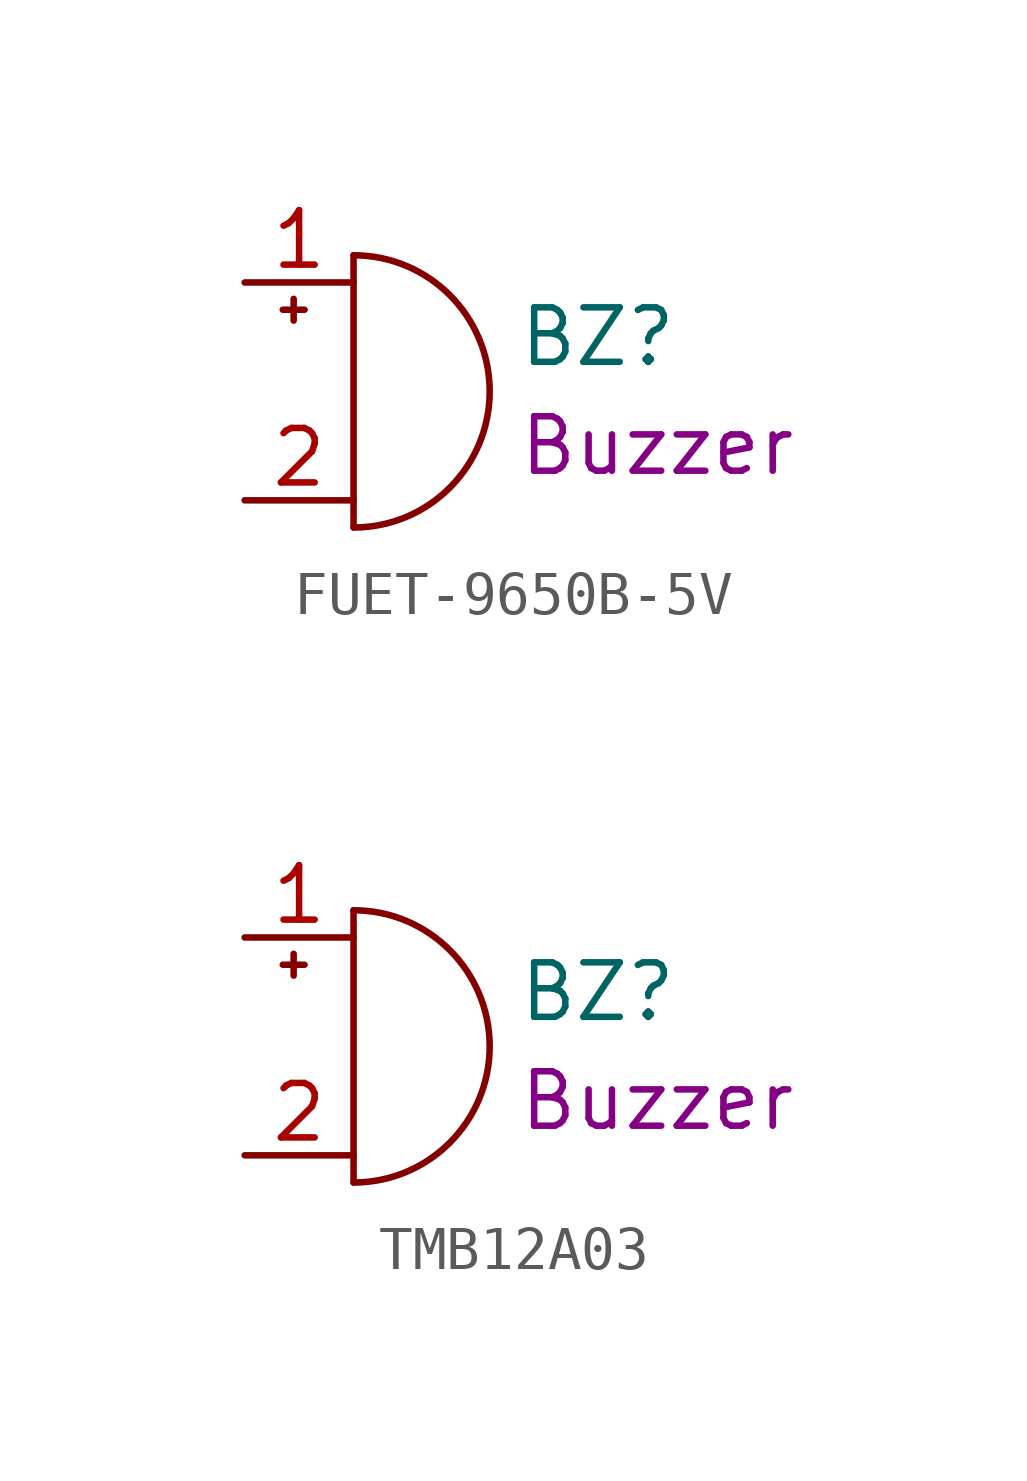
<source format=kicad_sym>
(kicad_symbol_lib
  (version 20231120)
  (generator "kicad_symbol_editor")
  (generator_version "8.0")
  (symbol "FUET-9650B-5V"
    (pin_names
      (offset 0.025) hide)
    (property "Reference" "BZ"
      (at 3.81 1.27 0)
      (effects (font (size 1.27 1.27)) (justify left)))
    (property "UserValue" "Buzzer"
      (at 3.81 -1.27 0)
      (effects (font (size 1.27 1.27)) (justify left)))
    (symbol "FUET-9650B-5V_0_1"
      (arc (start 0 -3.175) (mid 3.1612 0) (end 0 3.175) (stroke (width 0) (type default)) (fill (type none)))
      (polyline (pts (xy -1.651 1.905) (xy -1.143 1.905)) (stroke (width 0) (type default)) (fill (type none)))
      (polyline (pts (xy -1.397 2.159) (xy -1.397 1.651)) (stroke (width 0) (type default)) (fill (type none)))
      (polyline (pts (xy 0 3.175) (xy 0 -3.175)) (stroke (width 0) (type default)) (fill (type none))))
    (symbol "FUET-9650B-5V_1_1"
      (pin passive line (at -2.54 2.54 0) (length 2.54) (name "+" (effects (font (size 1.27 1.27)))) (number "1" (effects (font (size 1.27 1.27)))))
      (pin passive line (at -2.54 -2.54 0) (length 2.54) (name "-" (effects (font (size 1.27 1.27)))) (number "2" (effects (font (size 1.27 1.27)))))))
  (symbol "TMB12A03"
    (pin_names
      (offset 0.025) hide)
    (property "Reference" "BZ"
      (at 3.81 1.27 0)
      (effects (font (size 1.27 1.27)) (justify left)))
    (property "UserValue" "Buzzer"
      (at 3.81 -1.27 0)
      (effects (font (size 1.27 1.27)) (justify left)))
    (symbol "TMB12A03_0_1"
      (arc (start 0 -3.175) (mid 3.1612 0) (end 0 3.175) (stroke (width 0) (type default)) (fill (type none)))
      (polyline (pts (xy -1.651 1.905) (xy -1.143 1.905)) (stroke (width 0) (type default)) (fill (type none)))
      (polyline (pts (xy -1.397 2.159) (xy -1.397 1.651)) (stroke (width 0) (type default)) (fill (type none)))
      (polyline (pts (xy 0 3.175) (xy 0 -3.175)) (stroke (width 0) (type default)) (fill (type none))))
    (symbol "TMB12A03_1_1"
      (pin passive line (at -2.54 2.54 0) (length 2.54) (name "+" (effects (font (size 1.27 1.27)))) (number "1" (effects (font (size 1.27 1.27)))))
      (pin passive line (at -2.54 -2.54 0) (length 2.54) (name "-" (effects (font (size 1.27 1.27)))) (number "2" (effects (font (size 1.27 1.27))))))))
</source>
